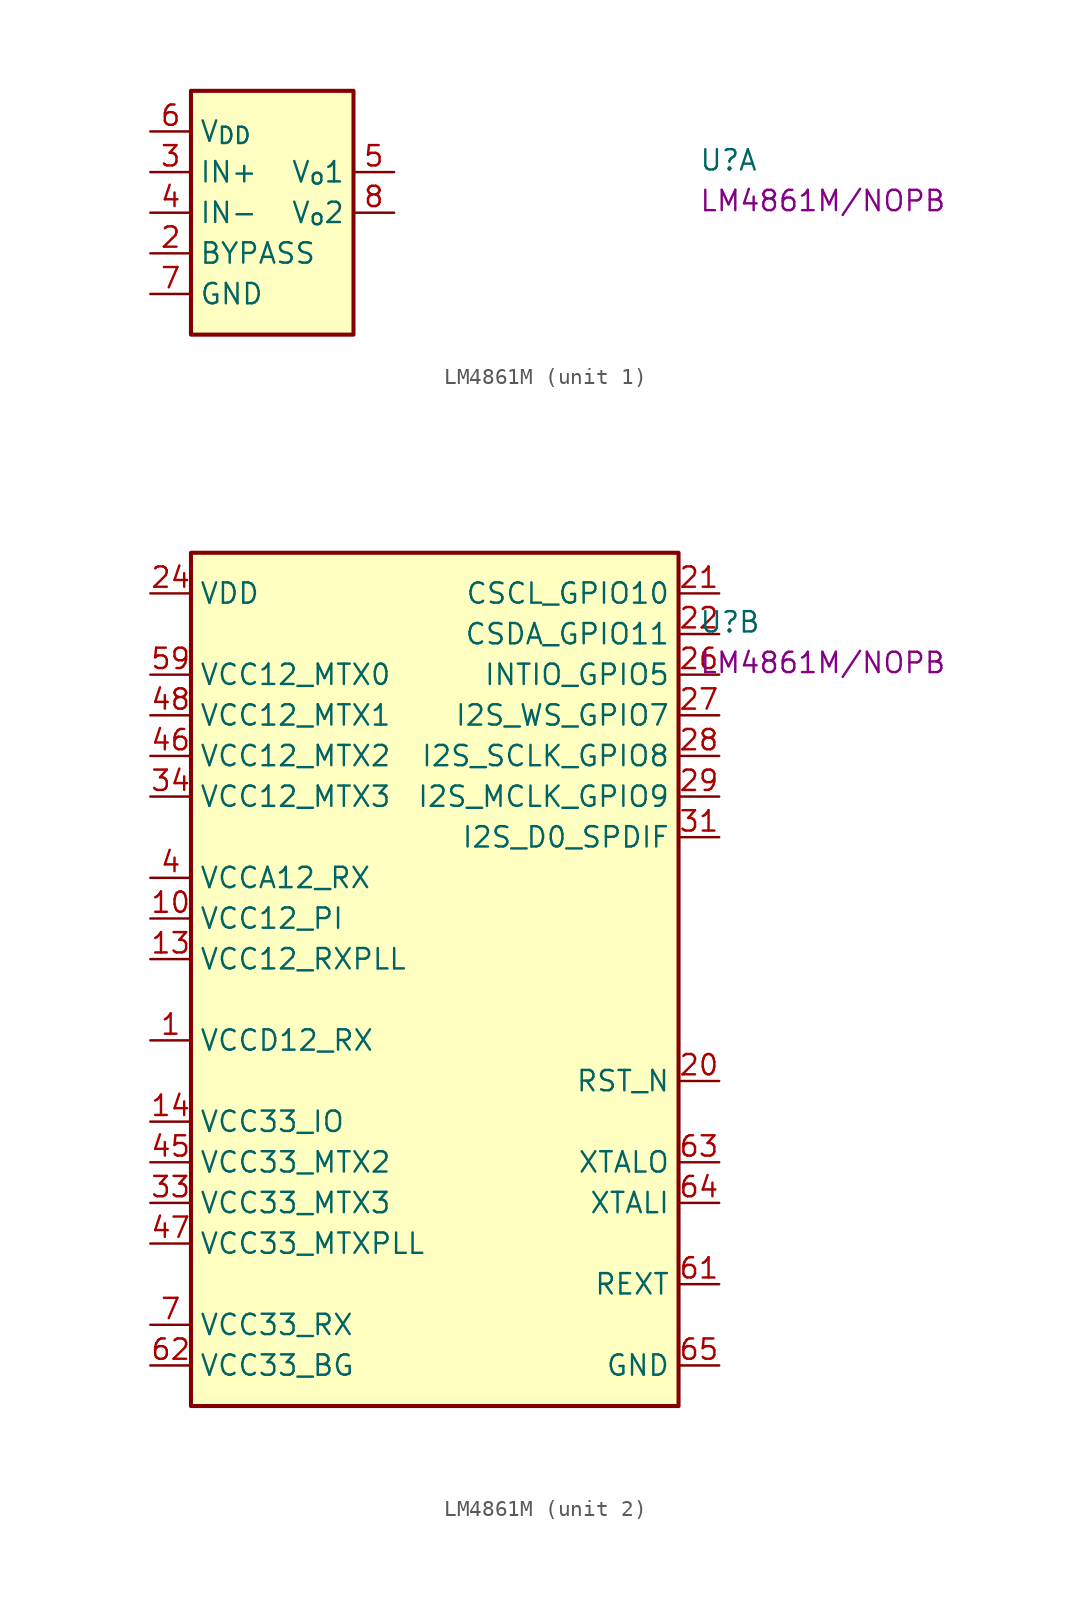
<source format=kicad_sym>
(kicad_symbol_lib
  (version 20220914)
  (generator kicad_symbol_editor)
  (symbol "LM4861M"
    (property "Reference" "U"
      (at 34.29 -2.54 0)
      (effects (font (size 1.27 1.27) (thickness 0.15)) (justify left bottom)))
    (property "MPN" "LM4861M/NOPB"
      (at 34.29 -5.08 0)
      (effects (font (size 1.27 1.27) (thickness 0.15)) (justify left bottom)))
    (property "ki_locked" ""
      (at 0 0 0)
      (effects (font (size 1.27 1.27))))
    (symbol "LM4861M_1_1"
      (rectangle (start 2.54 2.54) (end 12.7 -12.7) (stroke (width 0.254) (type default)) (fill (type background)))
      (pin input line (at 0 -7.62 0) (length 2.54) (name "BYPASS" (effects (font (size 1.27 1.27)))) (number "2" (effects (font (size 1.27 1.27)))))
      (pin input line (at 0 -2.54 0) (length 2.54) (name "IN+" (effects (font (size 1.27 1.27)))) (number "3" (effects (font (size 1.27 1.27)))))
      (pin input line (at 0 -5.08 0) (length 2.54) (name "IN-" (effects (font (size 1.27 1.27)))) (number "4" (effects (font (size 1.27 1.27)))))
      (pin output line (at 15.24 -2.54 180) (length 2.54) (name "V_{o}1" (effects (font (size 1.27 1.27)))) (number "5" (effects (font (size 1.27 1.27)))))
      (pin power_in line (at 0 0 0) (length 2.54) (name "V_{DD}" (effects (font (size 1.27 1.27)))) (number "6" (effects (font (size 1.27 1.27)))))
      (pin power_in line (at 0 -10.16 0) (length 2.54) (name "GND" (effects (font (size 1.27 1.27)))) (number "7" (effects (font (size 1.27 1.27)))))
      (pin output line (at 15.24 -5.08 180) (length 2.54) (name "V_{o}2" (effects (font (size 1.27 1.27)))) (number "8" (effects (font (size 1.27 1.27))))))
    (symbol "LM4861M_2_1"
      (rectangle (start 2.54 2.54) (end 33.02 -50.8) (stroke (width 0.254) (type default)) (fill (type background)))
      (pin power_in line (at 0 -27.94 0) (length 2.54) (name "VCCD12_RX" (effects (font (size 1.27 1.27)))) (number "1" (effects (font (size 1.27 1.27)))))
      (pin power_in line (at 0 -20.32 0) (length 2.54) (name "VCC12_PI" (effects (font (size 1.27 1.27)))) (number "10" (effects (font (size 1.27 1.27)))))
      (pin power_in line (at 0 -22.86 0) (length 2.54) (name "VCC12_RXPLL" (effects (font (size 1.27 1.27)))) (number "13" (effects (font (size 1.27 1.27)))))
      (pin power_in line (at 0 -33.02 0) (length 2.54) (name "VCC33_IO" (effects (font (size 1.27 1.27)))) (number "14" (effects (font (size 1.27 1.27)))))
      (pin no_connect line (at 33.02 -20.32 180) (length 2.54) hide (name "RSVD" (effects (font (size 1.27 1.27)))) (number "17" (effects (font (size 1.27 1.27)))))
      (pin no_connect line (at 33.02 -22.86 180) (length 2.54) hide (name "RSVD" (effects (font (size 1.27 1.27)))) (number "18" (effects (font (size 1.27 1.27)))))
      (pin no_connect line (at 33.02 -25.4 180) (length 2.54) hide (name "NC" (effects (font (size 1.27 1.27)))) (number "19" (effects (font (size 1.27 1.27)))))
      (pin input line (at 35.56 -30.48 180) (length 2.54) (name "RST_N" (effects (font (size 1.27 1.27)))) (number "20" (effects (font (size 1.27 1.27)))))
      (pin bidirectional line (at 35.56 0 180) (length 2.54) (name "CSCL_GPIO10" (effects (font (size 1.27 1.27)))) (number "21" (effects (font (size 1.27 1.27)))))
      (pin bidirectional line (at 35.56 -2.54 180) (length 2.54) (name "CSDA_GPIO11" (effects (font (size 1.27 1.27)))) (number "22" (effects (font (size 1.27 1.27)))))
      (pin power_in line (at 0 0 0) (length 2.54) (name "VDD" (effects (font (size 1.27 1.27)))) (number "24" (effects (font (size 1.27 1.27)))))
      (pin passive line (at 0 -33.02 0) (length 2.54) hide (name "VCC33_IO" (effects (font (size 1.27 1.27)))) (number "25" (effects (font (size 1.27 1.27)))))
      (pin bidirectional line (at 35.56 -5.08 180) (length 2.54) (name "INTIO_GPIO5" (effects (font (size 1.27 1.27)))) (number "26" (effects (font (size 1.27 1.27)))))
      (pin bidirectional line (at 35.56 -7.62 180) (length 2.54) (name "I2S_WS_GPIO7" (effects (font (size 1.27 1.27)))) (number "27" (effects (font (size 1.27 1.27)))))
      (pin bidirectional line (at 35.56 -10.16 180) (length 2.54) (name "I2S_SCLK_GPIO8" (effects (font (size 1.27 1.27)))) (number "28" (effects (font (size 1.27 1.27)))))
      (pin bidirectional line (at 35.56 -12.7 180) (length 2.54) (name "I2S_MCLK_GPIO9" (effects (font (size 1.27 1.27)))) (number "29" (effects (font (size 1.27 1.27)))))
      (pin passive line (at 0 0 0) (length 2.54) hide (name "VDD" (effects (font (size 1.27 1.27)))) (number "30" (effects (font (size 1.27 1.27)))))
      (pin output line (at 35.56 -15.24 180) (length 2.54) (name "I2S_D0_SPDIF" (effects (font (size 1.27 1.27)))) (number "31" (effects (font (size 1.27 1.27)))))
      (pin passive line (at 0 -33.02 0) (length 2.54) hide (name "VCC33_IO" (effects (font (size 1.27 1.27)))) (number "32" (effects (font (size 1.27 1.27)))))
      (pin power_in line (at 0 -38.1 0) (length 2.54) (name "VCC33_MTX3" (effects (font (size 1.27 1.27)))) (number "33" (effects (font (size 1.27 1.27)))))
      (pin power_in line (at 0 -12.7 0) (length 2.54) (name "VCC12_MTX3" (effects (font (size 1.27 1.27)))) (number "34" (effects (font (size 1.27 1.27)))))
      (pin power_in line (at 0 -17.78 0) (length 2.54) (name "VCCA12_RX" (effects (font (size 1.27 1.27)))) (number "4" (effects (font (size 1.27 1.27)))))
      (pin power_in line (at 0 -35.56 0) (length 2.54) (name "VCC33_MTX2" (effects (font (size 1.27 1.27)))) (number "45" (effects (font (size 1.27 1.27)))))
      (pin power_in line (at 0 -10.16 0) (length 2.54) (name "VCC12_MTX2" (effects (font (size 1.27 1.27)))) (number "46" (effects (font (size 1.27 1.27)))))
      (pin power_in line (at 0 -40.64 0) (length 2.54) (name "VCC33_MTXPLL" (effects (font (size 1.27 1.27)))) (number "47" (effects (font (size 1.27 1.27)))))
      (pin power_in line (at 0 -7.62 0) (length 2.54) (name "VCC12_MTX1" (effects (font (size 1.27 1.27)))) (number "48" (effects (font (size 1.27 1.27)))))
      (pin power_in line (at 0 -5.08 0) (length 2.54) (name "VCC12_MTX0" (effects (font (size 1.27 1.27)))) (number "59" (effects (font (size 1.27 1.27)))))
      (pin passive line (at 0 0 0) (length 2.54) hide (name "VDD" (effects (font (size 1.27 1.27)))) (number "60" (effects (font (size 1.27 1.27)))))
      (pin output line (at 35.56 -43.18 180) (length 2.54) (name "REXT" (effects (font (size 1.27 1.27)))) (number "61" (effects (font (size 1.27 1.27)))))
      (pin power_in line (at 0 -48.26 0) (length 2.54) (name "VCC33_BG" (effects (font (size 1.27 1.27)))) (number "62" (effects (font (size 1.27 1.27)))))
      (pin output line (at 35.56 -35.56 180) (length 2.54) (name "XTALO" (effects (font (size 1.27 1.27)))) (number "63" (effects (font (size 1.27 1.27)))))
      (pin input line (at 35.56 -38.1 180) (length 2.54) (name "XTALI" (effects (font (size 1.27 1.27)))) (number "64" (effects (font (size 1.27 1.27)))))
      (pin power_in line (at 35.56 -48.26 180) (length 2.54) (name "GND" (effects (font (size 1.27 1.27)))) (number "65" (effects (font (size 1.27 1.27)))))
      (pin power_in line (at 0 -45.72 0) (length 2.54) (name "VCC33_RX" (effects (font (size 1.27 1.27)))) (number "7" (effects (font (size 1.27 1.27))))))))
</source>
